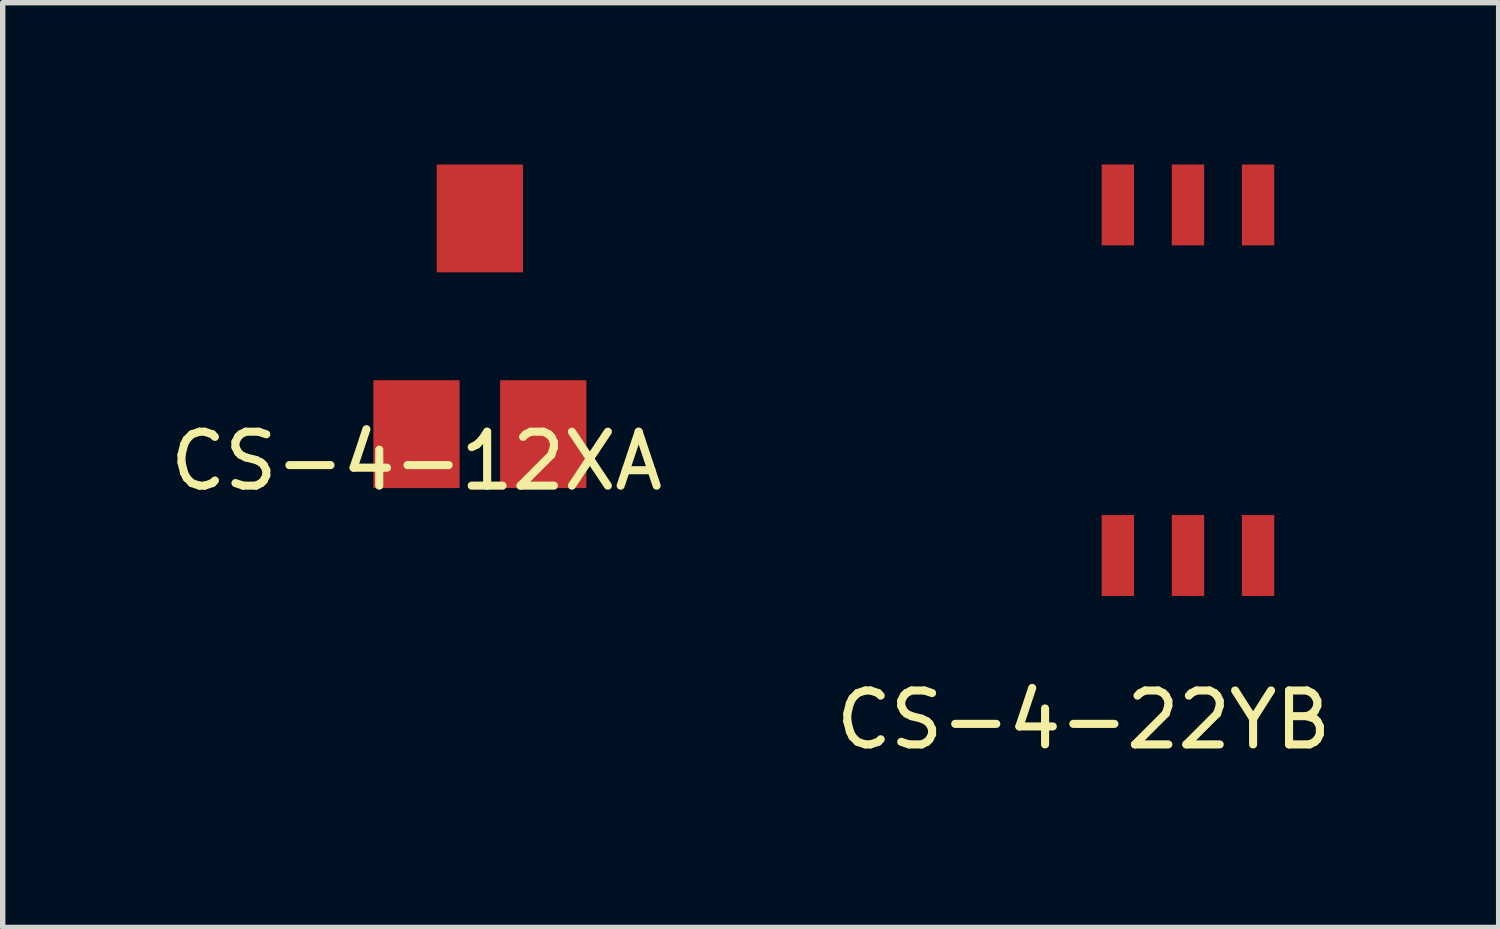
<source format=kicad_pcb>
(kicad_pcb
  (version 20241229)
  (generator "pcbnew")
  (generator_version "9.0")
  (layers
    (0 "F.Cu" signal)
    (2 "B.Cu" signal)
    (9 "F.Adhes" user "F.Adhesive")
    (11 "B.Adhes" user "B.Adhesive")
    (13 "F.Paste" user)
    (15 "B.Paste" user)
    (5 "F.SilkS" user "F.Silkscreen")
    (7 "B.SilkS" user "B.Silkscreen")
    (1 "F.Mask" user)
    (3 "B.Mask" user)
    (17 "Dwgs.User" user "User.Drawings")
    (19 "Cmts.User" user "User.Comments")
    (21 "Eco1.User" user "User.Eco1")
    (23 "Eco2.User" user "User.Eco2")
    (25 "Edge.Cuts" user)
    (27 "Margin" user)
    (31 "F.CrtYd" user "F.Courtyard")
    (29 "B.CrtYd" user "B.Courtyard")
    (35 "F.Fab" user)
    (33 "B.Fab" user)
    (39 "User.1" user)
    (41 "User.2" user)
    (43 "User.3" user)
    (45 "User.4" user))
  (footprint "CS-4-22YB"
    (layer "F.Cu")
    (at 17.677 7.25)
    (property "Reference" "CS-4-22YB" (at -0.635 3.048 0) (layer "F.SilkS") (effects (font (size 1 1) (thickness 0.15))))
    (attr through_hole)
    (pad "1" smd rect (at 0 0) (size 0.6 1.5) (layers "F.Cu" "F.Mask" "F.Paste"))
    (pad "2" smd rect (at 1.3 0) (size 0.6 1.5) (layers "F.Cu" "F.Mask" "F.Paste"))
    (pad "3" smd rect (at 2.6 0) (size 0.6 1.5) (layers "F.Cu" "F.Mask" "F.Paste"))
    (pad "4" smd rect (at 2.6 -6.5) (size 0.6 1.5) (layers "F.Cu" "F.Mask" "F.Paste"))
    (pad "5" smd rect (at 1.3 -6.5) (size 0.6 1.5) (layers "F.Cu" "F.Mask" "F.Paste"))
    (pad "6" smd rect (at 0 -6.5) (size 0.6 1.5) (layers "F.Cu" "F.Mask" "F.Paste")))
  (footprint "CS-4-12XA"
    (layer "F.Cu")
    (at 4.673 5)
    (property "Reference" "CS-4-12XA" (at 0 0.5 0) (layer "F.SilkS") (effects (font (size 1 1) (thickness 0.15))))
    (attr through_hole)
    (pad "1" smd rect (at 1.175 -4) (size 1.6 2) (layers "F.Cu" "F.Mask" "F.Paste"))
    (pad "2" smd rect (at 0 0) (size 1.6 2) (layers "F.Cu" "F.Mask" "F.Paste"))
    (pad "3" smd rect (at 2.35 0) (size 1.6 2) (layers "F.Cu" "F.Mask" "F.Paste")))
  (gr_rect
    (start -3 -3)
    (end 24.738 14.146)
    (stroke (width 0.1) (type default))
    (fill no)
    (layer "Edge.Cuts")))
</source>
